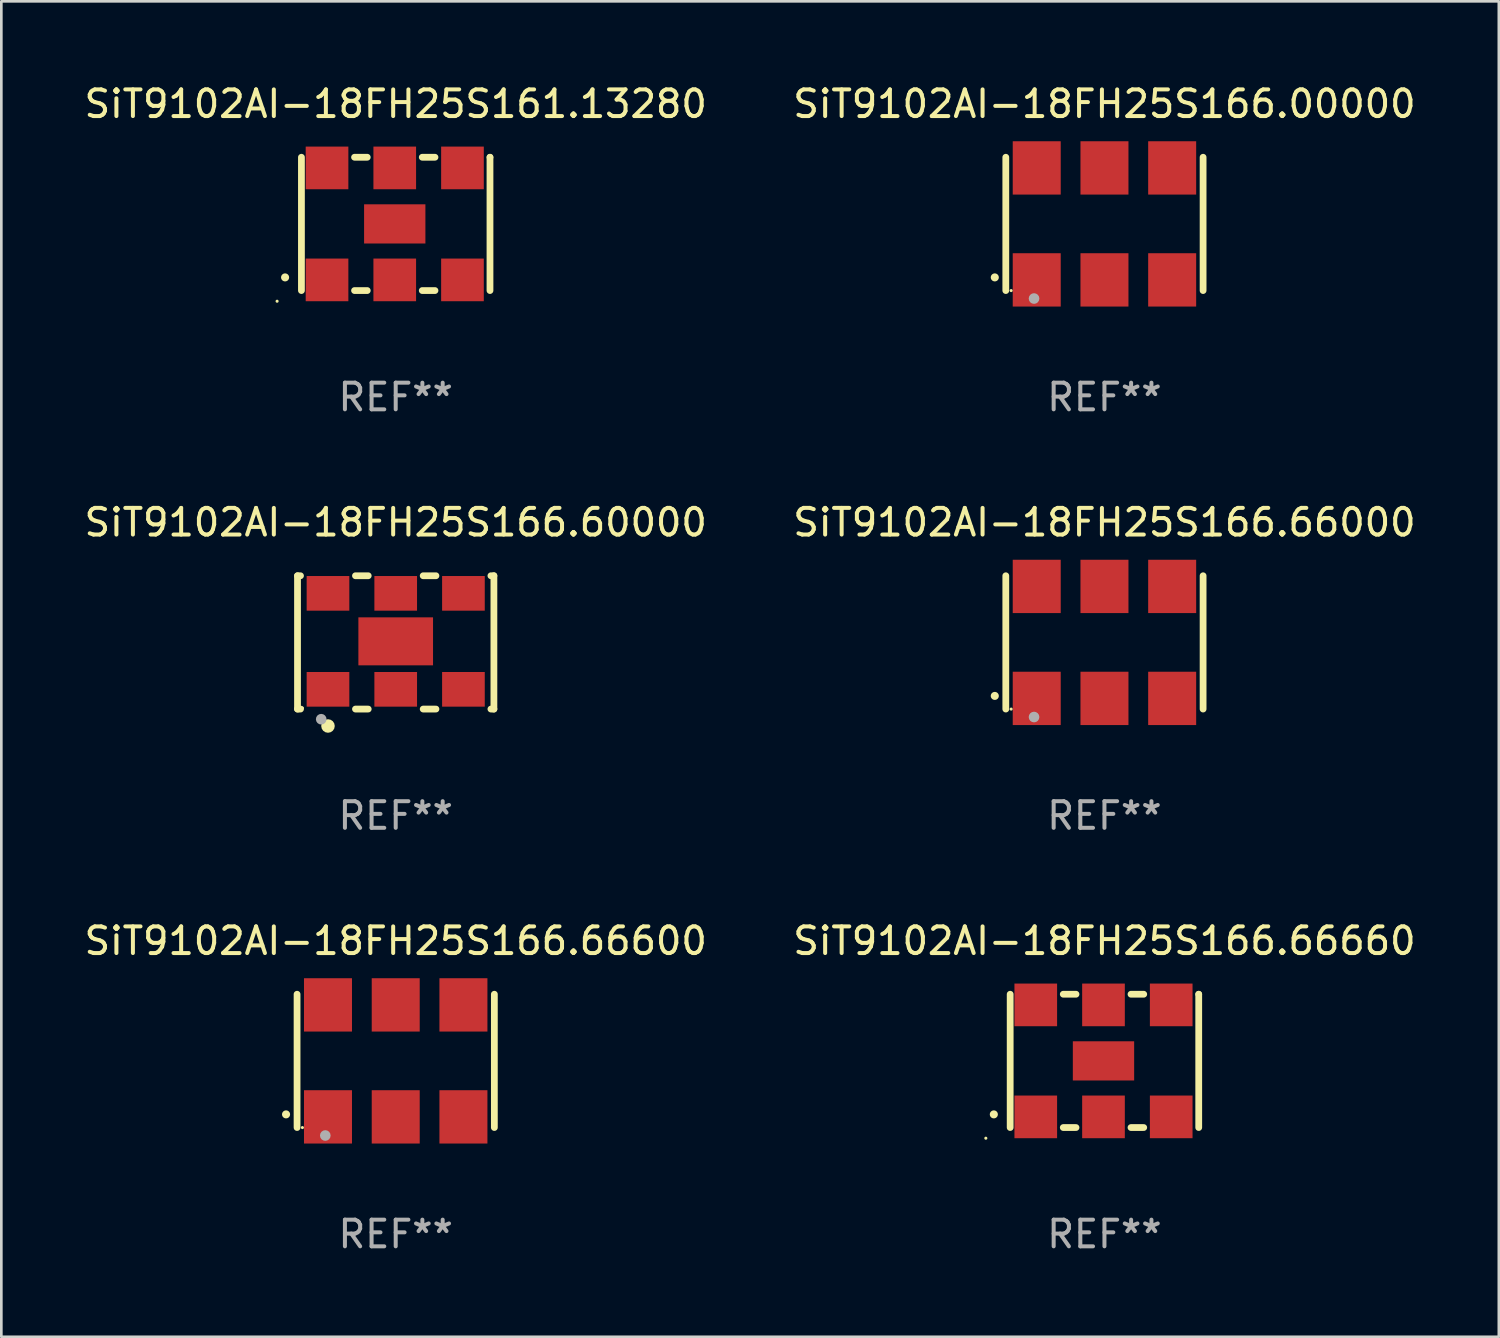
<source format=kicad_pcb>
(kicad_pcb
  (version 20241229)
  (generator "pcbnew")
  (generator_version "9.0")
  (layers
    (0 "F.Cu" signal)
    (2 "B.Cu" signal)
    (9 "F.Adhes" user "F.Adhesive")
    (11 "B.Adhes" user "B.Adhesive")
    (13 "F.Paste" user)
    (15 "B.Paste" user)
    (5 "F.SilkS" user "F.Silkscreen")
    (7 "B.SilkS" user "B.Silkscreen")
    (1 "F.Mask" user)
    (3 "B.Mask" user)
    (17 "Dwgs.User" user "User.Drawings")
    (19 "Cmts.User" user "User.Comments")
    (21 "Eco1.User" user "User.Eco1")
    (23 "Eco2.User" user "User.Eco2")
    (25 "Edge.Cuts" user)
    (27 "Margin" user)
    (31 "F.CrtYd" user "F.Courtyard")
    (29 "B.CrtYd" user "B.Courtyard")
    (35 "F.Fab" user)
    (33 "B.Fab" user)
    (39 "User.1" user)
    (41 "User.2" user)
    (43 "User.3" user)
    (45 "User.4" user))
  (footprint "SiT9102AI-18FH25S166.66000"
    (layer "F.Cu")
    (at 38.375 21.045)
    (property "Reference" "SiT9102AI-18FH25S166.66000" (at 0 -4.5 0) (layer "F.SilkS") (effects (font (size 1 1) (thickness 0.15))))
    (attr through_hole)
    (fp_line (start -3.7 -2.5) (end -3.7 2.5) (stroke (width 0.254) (type solid)) (layer "F.SilkS"))
    (fp_line (start 3.7 -2.5) (end 3.7 2.5) (stroke (width 0.254) (type solid)) (layer "F.SilkS"))
    (fp_arc (start -4.114415 2.006604) (mid -4.113145 2.006599) (end -4.111875 2.006604) (stroke (width 0.3) (type solid)) (layer "F.SilkS"))
    (fp_circle (center -3.5 2.501) (end -3.47 2.501) (stroke (width 0.06) (type solid)) (fill no) (layer "F.SilkS"))
    (fp_circle (center -2.641 2.799) (end -2.541 2.799) (stroke (width 0.2) (type solid)) (fill no) (layer "F.Fab"))
    (fp_text user "REF**" (at 0 6.5 0) (layer "F.Fab") (effects (font (size 1 1) (thickness 0.15))))
    (pad "1" smd rect (at -2.54 2.1) (size 1.8 2) (layers "F.Cu" "F.Mask" "F.Paste"))
    (pad "2" smd rect (at 0.000394 2.1) (size 1.8 2) (layers "F.Cu" "F.Mask" "F.Paste"))
    (pad "3" smd rect (at 2.54 2.1) (size 1.8 2) (layers "F.Cu" "F.Mask" "F.Paste"))
    (pad "4" smd rect (at 2.54 -2.1) (size 1.8 2) (layers "F.Cu" "F.Mask" "F.Paste"))
    (pad "5" smd rect (at 0.000394 -2.1) (size 1.8 2) (layers "F.Cu" "F.Mask" "F.Paste"))
    (pad "6" smd rect (at -2.54 -2.1) (size 1.8 2) (layers "F.Cu" "F.Mask" "F.Paste")))
  (footprint "SiT9102AI-18FH25S166.00000"
    (layer "F.Cu")
    (at 38.375 5.348)
    (property "Reference" "SiT9102AI-18FH25S166.00000" (at 0 -4.5 0) (layer "F.SilkS") (effects (font (size 1 1) (thickness 0.15))))
    (attr through_hole)
    (fp_line (start -3.7 -2.5) (end -3.7 2.5) (stroke (width 0.254) (type solid)) (layer "F.SilkS"))
    (fp_line (start 3.7 -2.5) (end 3.7 2.5) (stroke (width 0.254) (type solid)) (layer "F.SilkS"))
    (fp_arc (start -4.114415 2.006604) (mid -4.113145 2.006599) (end -4.111875 2.006604) (stroke (width 0.3) (type solid)) (layer "F.SilkS"))
    (fp_circle (center -3.5 2.501) (end -3.47 2.501) (stroke (width 0.06) (type solid)) (fill no) (layer "F.SilkS"))
    (fp_circle (center -2.641 2.799) (end -2.541 2.799) (stroke (width 0.2) (type solid)) (fill no) (layer "F.Fab"))
    (fp_text user "REF**" (at 0 6.5 0) (layer "F.Fab") (effects (font (size 1 1) (thickness 0.15))))
    (pad "1" smd rect (at -2.54 2.1) (size 1.8 2) (layers "F.Cu" "F.Mask" "F.Paste"))
    (pad "2" smd rect (at 0.000394 2.1) (size 1.8 2) (layers "F.Cu" "F.Mask" "F.Paste"))
    (pad "3" smd rect (at 2.54 2.1) (size 1.8 2) (layers "F.Cu" "F.Mask" "F.Paste"))
    (pad "4" smd rect (at 2.54 -2.1) (size 1.8 2) (layers "F.Cu" "F.Mask" "F.Paste"))
    (pad "5" smd rect (at 0.000394 -2.1) (size 1.8 2) (layers "F.Cu" "F.Mask" "F.Paste"))
    (pad "6" smd rect (at -2.54 -2.1) (size 1.8 2) (layers "F.Cu" "F.Mask" "F.Paste")))
  (footprint "SiT9102AI-18FH25S166.66660"
    (layer "F.Cu")
    (at 38.375 36.741)
    (property "Reference" "SiT9102AI-18FH25S166.66660" (at 0 -4.5 0) (layer "F.SilkS") (effects (font (size 1 1) (thickness 0.15))))
    (attr through_hole)
    (fp_line (start -3.536 -2.5) (end -3.536 2.5) (stroke (width 0.254) (type solid)) (layer "F.SilkS"))
    (fp_line (start -1.544 2.5) (end -1.067 2.5) (stroke (width 0.254) (type solid)) (layer "F.SilkS"))
    (fp_line (start -1.067 -2.5) (end -1.544 -2.5) (stroke (width 0.254) (type solid)) (layer "F.SilkS"))
    (fp_line (start 0.996 2.5) (end 1.473 2.5) (stroke (width 0.254) (type solid)) (layer "F.SilkS"))
    (fp_line (start 1.473 -2.5) (end 0.996 -2.5) (stroke (width 0.254) (type solid)) (layer "F.SilkS"))
    (fp_line (start 3.536 -2.5) (end 3.536 -2.5) (stroke (width 0.254) (type solid)) (layer "F.SilkS"))
    (fp_line (start 3.536 2.5) (end 3.536 -2.5) (stroke (width 0.254) (type solid)) (layer "F.SilkS"))
    (fp_arc (start -4.150432 2.006604) (mid -4.149162 2.006599) (end -4.147892 2.006604) (stroke (width 0.3) (type solid)) (layer "F.SilkS"))
    (fp_circle (center -4.449 2.9) (end -4.419 2.9) (stroke (width 0.06) (type solid)) (fill no) (layer "F.SilkS"))
    (fp_text user "REF**" (at 0 6.5 0) (layer "F.Fab") (effects (font (size 1 1) (thickness 0.15))))
    (pad "1" smd rect (at -2.576 2.1) (size 1.6 1.6) (layers "F.Cu" "F.Mask" "F.Paste"))
    (pad "2" smd rect (at -0.036 2.1) (size 1.6 1.6) (layers "F.Cu" "F.Mask" "F.Paste"))
    (pad "3" smd rect (at 2.504 2.1) (size 1.6 1.6) (layers "F.Cu" "F.Mask" "F.Paste"))
    (pad "4" smd rect (at 2.504 -2.1) (size 1.6 1.6) (layers "F.Cu" "F.Mask" "F.Paste"))
    (pad "5" smd rect (at -0.036 -2.1) (size 1.6 1.6) (layers "F.Cu" "F.Mask" "F.Paste"))
    (pad "6" smd rect (at -2.576 -2.1) (size 1.6 1.6) (layers "F.Cu" "F.Mask" "F.Paste"))
    (pad "7" smd rect (at -0.036 0) (size 2.3 1.47) (layers "F.Cu" "F.Mask" "F.Paste")))
  (footprint "SiT9102AI-18FH25S166.60000"
    (layer "F.Cu")
    (at 11.792 21.045)
    (property "Reference" "SiT9102AI-18FH25S166.60000" (at 0 -4.5 0) (layer "F.SilkS") (effects (font (size 1 1) (thickness 0.15))))
    (attr through_hole)
    (fp_line (start -3.683 -2.5) (end -3.571 -2.5) (stroke (width 0.254) (type solid)) (layer "F.SilkS"))
    (fp_line (start -3.683 2.5) (end -3.683 -2.5) (stroke (width 0.254) (type solid)) (layer "F.SilkS"))
    (fp_line (start -3.683 2.5) (end -3.571 2.5) (stroke (width 0.254) (type solid)) (layer "F.SilkS"))
    (fp_line (start -1.509 -2.5) (end -1.031 -2.5) (stroke (width 0.254) (type solid)) (layer "F.SilkS"))
    (fp_line (start -1.509 2.5) (end -1.031 2.5) (stroke (width 0.254) (type solid)) (layer "F.SilkS"))
    (fp_line (start 1.031 -2.5) (end 1.509 -2.5) (stroke (width 0.254) (type solid)) (layer "F.SilkS"))
    (fp_line (start 1.031 2.5) (end 1.509 2.5) (stroke (width 0.254) (type solid)) (layer "F.SilkS"))
    (fp_line (start 3.571 -2.5) (end 3.683 -2.5) (stroke (width 0.254) (type solid)) (layer "F.SilkS"))
    (fp_line (start 3.571 2.5) (end 3.683 2.5) (stroke (width 0.254) (type solid)) (layer "F.SilkS"))
    (fp_line (start 3.683 2.5) (end 3.683 -2.5) (stroke (width 0.254) (type solid)) (layer "F.SilkS"))
    (fp_circle (center -3.5 2.46) (end -3.47 2.46) (stroke (width 0.06) (type solid)) (fill no) (layer "F.SilkS"))
    (fp_circle (center -2.54 3.135) (end -2.413 3.135) (stroke (width 0.254) (type solid)) (fill no) (layer "F.SilkS"))
    (fp_circle (center -2.794 2.881) (end -2.694 2.881) (stroke (width 0.2) (type solid)) (fill no) (layer "F.Fab"))
    (fp_text user "REF**" (at 0 6.5 0) (layer "F.Fab") (effects (font (size 1 1) (thickness 0.15))))
    (pad "1" smd rect (at -2.54 1.76) (size 1.6 1.3) (layers "F.Cu" "F.Mask" "F.Paste"))
    (pad "2" smd rect (at 0 1.76) (size 1.6 1.3) (layers "F.Cu" "F.Mask" "F.Paste"))
    (pad "3" smd rect (at 2.54 1.76) (size 1.6 1.3) (layers "F.Cu" "F.Mask" "F.Paste"))
    (pad "4" smd rect (at 2.54 -1.84) (size 1.6 1.3) (layers "F.Cu" "F.Mask" "F.Paste"))
    (pad "5" smd rect (at 0 -1.84) (size 1.6 1.3) (layers "F.Cu" "F.Mask" "F.Paste"))
    (pad "6" smd rect (at -2.54 -1.84) (size 1.6 1.3) (layers "F.Cu" "F.Mask" "F.Paste"))
    (pad "7" smd rect (at 0 -0.04) (size 2.8 1.8) (layers "F.Cu" "F.Mask" "F.Paste")))
  (footprint "SiT9102AI-18FH25S166.66600"
    (layer "F.Cu")
    (at 11.792 36.741)
    (property "Reference" "SiT9102AI-18FH25S166.66600" (at 0 -4.5 0) (layer "F.SilkS") (effects (font (size 1 1) (thickness 0.15))))
    (attr through_hole)
    (fp_line (start -3.7 -2.5) (end -3.7 2.5) (stroke (width 0.254) (type solid)) (layer "F.SilkS"))
    (fp_line (start 3.7 -2.5) (end 3.7 2.5) (stroke (width 0.254) (type solid)) (layer "F.SilkS"))
    (fp_arc (start -4.114415 2.006604) (mid -4.113145 2.006599) (end -4.111875 2.006604) (stroke (width 0.3) (type solid)) (layer "F.SilkS"))
    (fp_circle (center -3.5 2.501) (end -3.47 2.501) (stroke (width 0.06) (type solid)) (fill no) (layer "F.SilkS"))
    (fp_circle (center -2.641 2.799) (end -2.541 2.799) (stroke (width 0.2) (type solid)) (fill no) (layer "F.Fab"))
    (fp_text user "REF**" (at 0 6.5 0) (layer "F.Fab") (effects (font (size 1 1) (thickness 0.15))))
    (pad "1" smd rect (at -2.54 2.1) (size 1.8 2) (layers "F.Cu" "F.Mask" "F.Paste"))
    (pad "2" smd rect (at 0.000394 2.1) (size 1.8 2) (layers "F.Cu" "F.Mask" "F.Paste"))
    (pad "3" smd rect (at 2.54 2.1) (size 1.8 2) (layers "F.Cu" "F.Mask" "F.Paste"))
    (pad "4" smd rect (at 2.54 -2.1) (size 1.8 2) (layers "F.Cu" "F.Mask" "F.Paste"))
    (pad "5" smd rect (at 0.000394 -2.1) (size 1.8 2) (layers "F.Cu" "F.Mask" "F.Paste"))
    (pad "6" smd rect (at -2.54 -2.1) (size 1.8 2) (layers "F.Cu" "F.Mask" "F.Paste")))
  (footprint "SiT9102AI-18FH25S161.13280"
    (layer "F.Cu")
    (at 11.792 5.348)
    (property "Reference" "SiT9102AI-18FH25S161.13280" (at 0 -4.5 0) (layer "F.SilkS") (effects (font (size 1 1) (thickness 0.15))))
    (attr through_hole)
    (fp_line (start -3.536 -2.5) (end -3.536 2.5) (stroke (width 0.254) (type solid)) (layer "F.SilkS"))
    (fp_line (start -1.544 2.5) (end -1.067 2.5) (stroke (width 0.254) (type solid)) (layer "F.SilkS"))
    (fp_line (start -1.067 -2.5) (end -1.544 -2.5) (stroke (width 0.254) (type solid)) (layer "F.SilkS"))
    (fp_line (start 0.996 2.5) (end 1.473 2.5) (stroke (width 0.254) (type solid)) (layer "F.SilkS"))
    (fp_line (start 1.473 -2.5) (end 0.996 -2.5) (stroke (width 0.254) (type solid)) (layer "F.SilkS"))
    (fp_line (start 3.536 -2.5) (end 3.536 -2.5) (stroke (width 0.254) (type solid)) (layer "F.SilkS"))
    (fp_line (start 3.536 2.5) (end 3.536 -2.5) (stroke (width 0.254) (type solid)) (layer "F.SilkS"))
    (fp_arc (start -4.150432 2.006604) (mid -4.149162 2.006599) (end -4.147892 2.006604) (stroke (width 0.3) (type solid)) (layer "F.SilkS"))
    (fp_circle (center -4.449 2.9) (end -4.419 2.9) (stroke (width 0.06) (type solid)) (fill no) (layer "F.SilkS"))
    (fp_text user "REF**" (at 0 6.5 0) (layer "F.Fab") (effects (font (size 1 1) (thickness 0.15))))
    (pad "1" smd rect (at -2.576 2.1) (size 1.6 1.6) (layers "F.Cu" "F.Mask" "F.Paste"))
    (pad "2" smd rect (at -0.036 2.1) (size 1.6 1.6) (layers "F.Cu" "F.Mask" "F.Paste"))
    (pad "3" smd rect (at 2.504 2.1) (size 1.6 1.6) (layers "F.Cu" "F.Mask" "F.Paste"))
    (pad "4" smd rect (at 2.504 -2.1) (size 1.6 1.6) (layers "F.Cu" "F.Mask" "F.Paste"))
    (pad "5" smd rect (at -0.036 -2.1) (size 1.6 1.6) (layers "F.Cu" "F.Mask" "F.Paste"))
    (pad "6" smd rect (at -2.576 -2.1) (size 1.6 1.6) (layers "F.Cu" "F.Mask" "F.Paste"))
    (pad "7" smd rect (at -0.036 0) (size 2.3 1.47) (layers "F.Cu" "F.Mask" "F.Paste")))
  (gr_rect
    (start -3 -3)
    (end 53.167 47.09)
    (stroke (width 0.1) (type default))
    (fill no)
    (layer "Edge.Cuts")))
</source>
